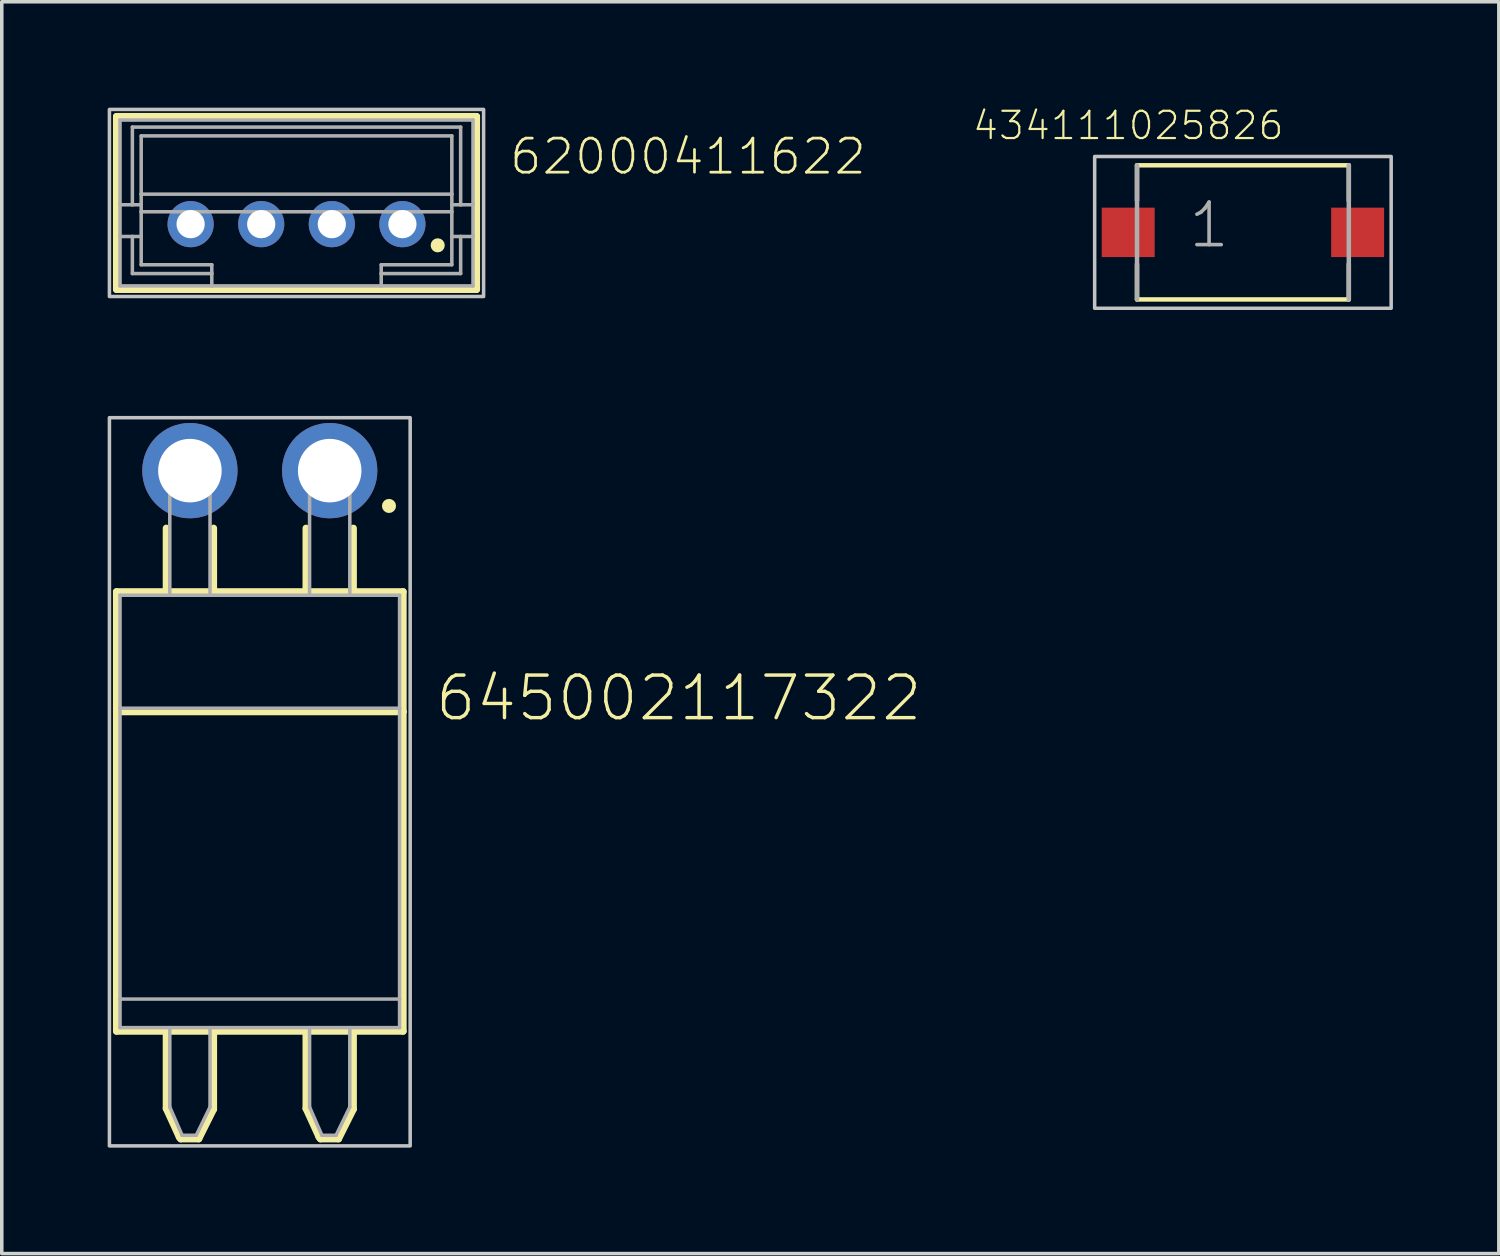
<source format=kicad_pcb>
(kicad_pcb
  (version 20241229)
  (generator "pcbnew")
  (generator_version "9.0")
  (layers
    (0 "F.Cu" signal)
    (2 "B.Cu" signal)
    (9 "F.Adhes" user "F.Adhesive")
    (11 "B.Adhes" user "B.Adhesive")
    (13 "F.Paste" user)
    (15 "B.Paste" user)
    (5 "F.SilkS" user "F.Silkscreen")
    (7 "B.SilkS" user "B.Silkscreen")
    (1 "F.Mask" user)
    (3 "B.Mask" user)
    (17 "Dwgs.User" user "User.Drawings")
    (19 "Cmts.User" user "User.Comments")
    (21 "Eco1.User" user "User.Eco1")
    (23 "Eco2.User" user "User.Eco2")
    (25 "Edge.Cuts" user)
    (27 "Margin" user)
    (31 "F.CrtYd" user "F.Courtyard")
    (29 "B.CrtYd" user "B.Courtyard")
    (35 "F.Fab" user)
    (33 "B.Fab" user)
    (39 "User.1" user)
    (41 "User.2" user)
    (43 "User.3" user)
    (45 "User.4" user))
  (footprint "645002117322"
    (layer "F.Cu")
    (at 4.31 15.413)
    (property "Reference" "645002117322" (at 4.915 2.02 180) (layer "F.SilkS") (effects (font (size 1.206 1.206) (thickness 0.097)) (justify left bottom)))
    (attr through_hole)
    (fp_line (start -4.06 -1.7) (end -4.06 1.7) (stroke (width 0.2) (type solid)) (layer "F.SilkS"))
    (fp_line (start -4.06 -1.7) (end -2.65 -1.7) (stroke (width 0.2) (type solid)) (layer "F.SilkS"))
    (fp_line (start -4.06 1.7) (end -4.06 10.75) (stroke (width 0.2) (type solid)) (layer "F.SilkS"))
    (fp_line (start -4.06 1.7) (end 4.06 1.7) (stroke (width 0.2) (type solid)) (layer "F.SilkS"))
    (fp_line (start -4.06 10.75) (end 4.06 10.75) (stroke (width 0.2) (type solid)) (layer "F.SilkS"))
    (fp_line (start -2.65 -3.5) (end -2.65 -1.7) (stroke (width 0.2) (type solid)) (layer "F.SilkS"))
    (fp_line (start -2.65 -1.7) (end -1.31 -1.7) (stroke (width 0.2) (type solid)) (layer "F.SilkS"))
    (fp_line (start -2.65 10.8) (end -2.65 12.94) (stroke (width 0.2) (type solid)) (layer "F.SilkS"))
    (fp_line (start -2.65 12.94) (end -2.28 13.75) (stroke (width 0.2) (type solid)) (layer "F.SilkS"))
    (fp_line (start -2.28 13.75) (end -2.24 13.8) (stroke (width 0.2) (type solid)) (layer "F.SilkS"))
    (fp_line (start -2.24 13.8) (end -1.73 13.8) (stroke (width 0.2) (type solid)) (layer "F.SilkS"))
    (fp_line (start -1.73 13.8) (end -1.31 12.96) (stroke (width 0.2) (type solid)) (layer "F.SilkS"))
    (fp_line (start -1.31 -3.5) (end -1.31 -1.7) (stroke (width 0.2) (type solid)) (layer "F.SilkS"))
    (fp_line (start -1.31 -1.7) (end 4.06 -1.7) (stroke (width 0.2) (type solid)) (layer "F.SilkS"))
    (fp_line (start -1.31 12.96) (end -1.31 10.78) (stroke (width 0.2) (type solid)) (layer "F.SilkS"))
    (fp_line (start 1.31 -3.5) (end 1.31 -1.7) (stroke (width 0.2) (type solid)) (layer "F.SilkS"))
    (fp_line (start 1.31 10.8) (end 1.31 12.94) (stroke (width 0.2) (type solid)) (layer "F.SilkS"))
    (fp_line (start 1.31 12.94) (end 1.68 13.75) (stroke (width 0.2) (type solid)) (layer "F.SilkS"))
    (fp_line (start 1.68 13.75) (end 1.72 13.8) (stroke (width 0.2) (type solid)) (layer "F.SilkS"))
    (fp_line (start 1.72 13.8) (end 2.23 13.8) (stroke (width 0.2) (type solid)) (layer "F.SilkS"))
    (fp_line (start 2.23 13.8) (end 2.65 12.96) (stroke (width 0.2) (type solid)) (layer "F.SilkS"))
    (fp_line (start 2.65 -3.5) (end 2.65 -1.7) (stroke (width 0.2) (type solid)) (layer "F.SilkS"))
    (fp_line (start 2.65 12.96) (end 2.65 10.78) (stroke (width 0.2) (type solid)) (layer "F.SilkS"))
    (fp_line (start 4.06 1.7) (end 4.06 -1.7) (stroke (width 0.2) (type solid)) (layer "F.SilkS"))
    (fp_line (start 4.06 10.75) (end 4.06 1.7) (stroke (width 0.2) (type solid)) (layer "F.SilkS"))
    (fp_circle (center 3.66 -4.13) (end 3.76 -4.13) (stroke (width 0.2) (type solid)) (fill no) (layer "F.SilkS"))
    (fp_poly (pts (xy -4.26 -6.63) (xy 4.26 -6.63) (xy 4.26 14) (xy -4.26 14)) (stroke (width 0.1) (type solid)) (fill no) (layer "Dwgs.User"))
    (fp_line (start -3.96 -1.6) (end 3.96 -1.6) (stroke (width 0.1) (type solid)) (layer "F.Fab"))
    (fp_line (start -3.96 1.6) (end -3.96 -1.6) (stroke (width 0.1) (type solid)) (layer "F.Fab"))
    (fp_line (start -3.96 1.6) (end 3.96 1.6) (stroke (width 0.1) (type solid)) (layer "F.Fab"))
    (fp_line (start -3.96 9.84) (end -3.96 1.6) (stroke (width 0.1) (type solid)) (layer "F.Fab"))
    (fp_line (start -3.96 9.84) (end 3.96 9.84) (stroke (width 0.1) (type solid)) (layer "F.Fab"))
    (fp_line (start -3.96 10.65) (end -3.96 9.84) (stroke (width 0.1) (type solid)) (layer "F.Fab"))
    (fp_line (start -2.55 -5.7) (end -2.55 -1.6) (stroke (width 0.1) (type solid)) (layer "F.Fab"))
    (fp_line (start -2.55 -5.7) (end -1.41 -5.7) (stroke (width 0.1) (type solid)) (layer "F.Fab"))
    (fp_line (start -2.55 10.65) (end -2.55 12.9) (stroke (width 0.1) (type solid)) (layer "F.Fab"))
    (fp_line (start -2.55 12.9) (end -2.2 13.7) (stroke (width 0.1) (type solid)) (layer "F.Fab"))
    (fp_line (start -2.2 13.7) (end -1.8 13.7) (stroke (width 0.1) (type solid)) (layer "F.Fab"))
    (fp_line (start -1.8 13.7) (end -1.41 12.9) (stroke (width 0.1) (type solid)) (layer "F.Fab"))
    (fp_line (start -1.41 -5.7) (end -1.41 -1.6) (stroke (width 0.1) (type solid)) (layer "F.Fab"))
    (fp_line (start -1.41 12.9) (end -1.41 10.65) (stroke (width 0.1) (type solid)) (layer "F.Fab"))
    (fp_line (start 1.41 -5.7) (end 1.41 -1.6) (stroke (width 0.1) (type solid)) (layer "F.Fab"))
    (fp_line (start 1.41 -5.7) (end 2.55 -5.7) (stroke (width 0.1) (type solid)) (layer "F.Fab"))
    (fp_line (start 1.41 10.65) (end 1.41 12.9) (stroke (width 0.1) (type solid)) (layer "F.Fab"))
    (fp_line (start 1.41 12.9) (end 1.76 13.7) (stroke (width 0.1) (type solid)) (layer "F.Fab"))
    (fp_line (start 1.76 13.7) (end 2.16 13.7) (stroke (width 0.1) (type solid)) (layer "F.Fab"))
    (fp_line (start 2.16 13.7) (end 2.55 12.9) (stroke (width 0.1) (type solid)) (layer "F.Fab"))
    (fp_line (start 2.55 -5.7) (end 2.55 -1.6) (stroke (width 0.1) (type solid)) (layer "F.Fab"))
    (fp_line (start 2.55 12.9) (end 2.55 10.65) (stroke (width 0.1) (type solid)) (layer "F.Fab"))
    (fp_line (start 3.96 -1.6) (end 3.96 1.6) (stroke (width 0.1) (type solid)) (layer "F.Fab"))
    (fp_line (start 3.96 1.6) (end 3.96 9.84) (stroke (width 0.1) (type solid)) (layer "F.Fab"))
    (fp_line (start 3.96 9.84) (end 3.96 10.65) (stroke (width 0.1) (type solid)) (layer "F.Fab"))
    (fp_line (start 3.96 10.65) (end -3.96 10.65) (stroke (width 0.1) (type solid)) (layer "F.Fab"))
    (pad "1" thru_hole circle (at 1.98 -5.13) (size 2.7 2.7) (drill 1.8) (layers "*.Cu" "*.Mask"))
    (pad "2" thru_hole circle (at -1.98 -5.13) (size 2.7 2.7) (drill 1.8) (layers "*.Cu" "*.Mask")))
  (footprint "62000411622"
    (layer "F.Cu")
    (at 5.35 2.7)
    (property "Reference" "62000411622" (at 5.985 -0.75 0) (layer "F.SilkS") (effects (font (size 0.965 0.965) (thickness 0.077)) (justify left bottom)))
    (attr through_hole)
    (fp_line (start -5.1 -2.45) (end 5.1 -2.45) (stroke (width 0.2) (type solid)) (layer "F.SilkS"))
    (fp_line (start -5.1 2.45) (end -5.1 -2.45) (stroke (width 0.2) (type solid)) (layer "F.SilkS"))
    (fp_line (start 5.1 -2.45) (end 5.1 2.45) (stroke (width 0.2) (type solid)) (layer "F.SilkS"))
    (fp_line (start 5.1 2.45) (end -5.1 2.45) (stroke (width 0.2) (type solid)) (layer "F.SilkS"))
    (fp_circle (center 4 1.2) (end 4.1 1.2) (stroke (width 0.2) (type solid)) (fill no) (layer "F.SilkS"))
    (fp_poly (pts (xy -5.3 -2.65) (xy 5.3 -2.65) (xy 5.3 2.65) (xy -5.3 2.65)) (stroke (width 0.1) (type solid)) (fill no) (layer "Dwgs.User"))
    (fp_line (start -5 -2.35) (end 5 -2.35) (stroke (width 0.1) (type solid)) (layer "F.Fab"))
    (fp_line (start -5 0.05) (end -5 -2.35) (stroke (width 0.1) (type solid)) (layer "F.Fab"))
    (fp_line (start -5 0.05) (end -4.65 0.05) (stroke (width 0.1) (type solid)) (layer "F.Fab"))
    (fp_line (start -5 0.95) (end -5 0.05) (stroke (width 0.1) (type solid)) (layer "F.Fab"))
    (fp_line (start -5 0.95) (end -4.65 0.95) (stroke (width 0.1) (type solid)) (layer "F.Fab"))
    (fp_line (start -5 2.35) (end -5 0.95) (stroke (width 0.1) (type solid)) (layer "F.Fab"))
    (fp_line (start -4.65 -2.15) (end 4.65 -2.15) (stroke (width 0.1) (type solid)) (layer "F.Fab"))
    (fp_line (start -4.65 0.05) (end -4.65 -2.15) (stroke (width 0.1) (type solid)) (layer "F.Fab"))
    (fp_line (start -4.65 0.05) (end -4.4 0.05) (stroke (width 0.1) (type solid)) (layer "F.Fab"))
    (fp_line (start -4.65 0.95) (end -4.4 0.95) (stroke (width 0.1) (type solid)) (layer "F.Fab"))
    (fp_line (start -4.65 2) (end -4.65 0.95) (stroke (width 0.1) (type solid)) (layer "F.Fab"))
    (fp_line (start -4.4 -1.9) (end 4.4 -1.9) (stroke (width 0.1) (type solid)) (layer "F.Fab"))
    (fp_line (start -4.4 -0.25) (end -4.4 -1.9) (stroke (width 0.1) (type solid)) (layer "F.Fab"))
    (fp_line (start -4.4 -0.25) (end 4.4 -0.25) (stroke (width 0.1) (type solid)) (layer "F.Fab"))
    (fp_line (start -4.4 0.25) (end -4.4 -0.25) (stroke (width 0.1) (type solid)) (layer "F.Fab"))
    (fp_line (start -4.4 0.25) (end 4.4 0.25) (stroke (width 0.1) (type solid)) (layer "F.Fab"))
    (fp_line (start -4.4 0.95) (end -4.4 0.25) (stroke (width 0.1) (type solid)) (layer "F.Fab"))
    (fp_line (start -4.4 1.75) (end -4.4 0.95) (stroke (width 0.1) (type solid)) (layer "F.Fab"))
    (fp_line (start -2.4 1.75) (end -4.4 1.75) (stroke (width 0.1) (type solid)) (layer "F.Fab"))
    (fp_line (start -2.4 1.75) (end -2.4 2) (stroke (width 0.1) (type solid)) (layer "F.Fab"))
    (fp_line (start -2.4 2) (end -4.65 2) (stroke (width 0.1) (type solid)) (layer "F.Fab"))
    (fp_line (start -2.4 2) (end -2.4 2.35) (stroke (width 0.1) (type solid)) (layer "F.Fab"))
    (fp_line (start -2.4 2.35) (end -5 2.35) (stroke (width 0.1) (type solid)) (layer "F.Fab"))
    (fp_line (start 2.4 1.75) (end 2.4 2) (stroke (width 0.1) (type solid)) (layer "F.Fab"))
    (fp_line (start 2.4 2) (end 2.4 2.35) (stroke (width 0.1) (type solid)) (layer "F.Fab"))
    (fp_line (start 2.4 2.35) (end -2.4 2.35) (stroke (width 0.1) (type solid)) (layer "F.Fab"))
    (fp_line (start 4.4 -1.9) (end 4.4 -0.25) (stroke (width 0.1) (type solid)) (layer "F.Fab"))
    (fp_line (start 4.4 -0.25) (end 4.4 0.25) (stroke (width 0.1) (type solid)) (layer "F.Fab"))
    (fp_line (start 4.4 0.05) (end 4.65 0.05) (stroke (width 0.1) (type solid)) (layer "F.Fab"))
    (fp_line (start 4.4 0.25) (end 4.4 0.95) (stroke (width 0.1) (type solid)) (layer "F.Fab"))
    (fp_line (start 4.4 0.95) (end 4.4 1.75) (stroke (width 0.1) (type solid)) (layer "F.Fab"))
    (fp_line (start 4.4 0.95) (end 4.65 0.95) (stroke (width 0.1) (type solid)) (layer "F.Fab"))
    (fp_line (start 4.4 1.75) (end 2.4 1.75) (stroke (width 0.1) (type solid)) (layer "F.Fab"))
    (fp_line (start 4.65 -2.15) (end 4.65 0.05) (stroke (width 0.1) (type solid)) (layer "F.Fab"))
    (fp_line (start 4.65 0.05) (end 5 0.05) (stroke (width 0.1) (type solid)) (layer "F.Fab"))
    (fp_line (start 4.65 0.95) (end 4.65 2) (stroke (width 0.1) (type solid)) (layer "F.Fab"))
    (fp_line (start 4.65 0.95) (end 5 0.95) (stroke (width 0.1) (type solid)) (layer "F.Fab"))
    (fp_line (start 4.65 2) (end 2.4 2) (stroke (width 0.1) (type solid)) (layer "F.Fab"))
    (fp_line (start 5 -2.35) (end 5 0.05) (stroke (width 0.1) (type solid)) (layer "F.Fab"))
    (fp_line (start 5 0.05) (end 5 0.95) (stroke (width 0.1) (type solid)) (layer "F.Fab"))
    (fp_line (start 5 0.95) (end 5 2.35) (stroke (width 0.1) (type solid)) (layer "F.Fab"))
    (fp_line (start 5 2.35) (end 2.4 2.35) (stroke (width 0.1) (type solid)) (layer "F.Fab"))
    (pad "1" thru_hole circle (at 3 0.6) (size 1.308 1.308) (drill 0.8) (layers "*.Cu" "*.Mask"))
    (pad "2" thru_hole circle (at 1 0.6) (size 1.308 1.308) (drill 0.8) (layers "*.Cu" "*.Mask"))
    (pad "3" thru_hole circle (at -1 0.6) (size 1.308 1.308) (drill 0.8) (layers "*.Cu" "*.Mask"))
    (pad "4" thru_hole circle (at -3 0.6) (size 1.308 1.308) (drill 0.8) (layers "*.Cu" "*.Mask")))
  (footprint "434111025826"
    (layer "F.Cu")
    (at 32.161 3.533)
    (property "Reference" "434111025826" (at -3.248 -2.575 0) (layer "F.SilkS") (effects (font (size 0.772 0.772) (thickness 0.062)) (justify bottom)))
    (attr through_hole)
    (fp_line (start -3 -0.9) (end -3 -1.9) (stroke (width 0.127) (type solid)) (layer "F.SilkS"))
    (fp_line (start -3 1.9) (end -3 0.9) (stroke (width 0.127) (type solid)) (layer "F.SilkS"))
    (fp_line (start -3 1.9) (end 3 1.9) (stroke (width 0.127) (type solid)) (layer "F.SilkS"))
    (fp_line (start 3 -1.9) (end -3 -1.9) (stroke (width 0.127) (type solid)) (layer "F.SilkS"))
    (fp_line (start 3 -0.9) (end 3 -1.9) (stroke (width 0.127) (type solid)) (layer "F.SilkS"))
    (fp_line (start 3 1.9) (end 3 0.9) (stroke (width 0.127) (type solid)) (layer "F.SilkS"))
    (fp_poly (pts (xy -4.2 -2.15) (xy 4.2 -2.15) (xy 4.2 2.15) (xy -4.2 2.15)) (stroke (width 0.1) (type solid)) (fill no) (layer "Dwgs.User"))
    (fp_line (start -3 -1.9) (end -3 1.9) (stroke (width 0.127) (type solid)) (layer "F.Fab"))
    (fp_line (start 3 1.9) (end 3 -1.9) (stroke (width 0.127) (type solid)) (layer "F.Fab"))
    (fp_text user "1" (at -1.6 0.5 0) (layer "F.Fab") (effects (font (size 1.206 1.206) (thickness 0.102)) (justify left bottom)))
    (pad "1" smd rect (at -3.25 0) (size 1.5 1.4) (layers "F.Cu" "F.Mask" "F.Paste"))
    (pad "2" smd rect (at 3.25 0) (size 1.5 1.4) (layers "F.Cu" "F.Mask" "F.Paste")))
  (gr_rect
    (start -3 -3)
    (end 39.411 32.463)
    (stroke (width 0.1) (type default))
    (fill no)
    (layer "Edge.Cuts")))
</source>
